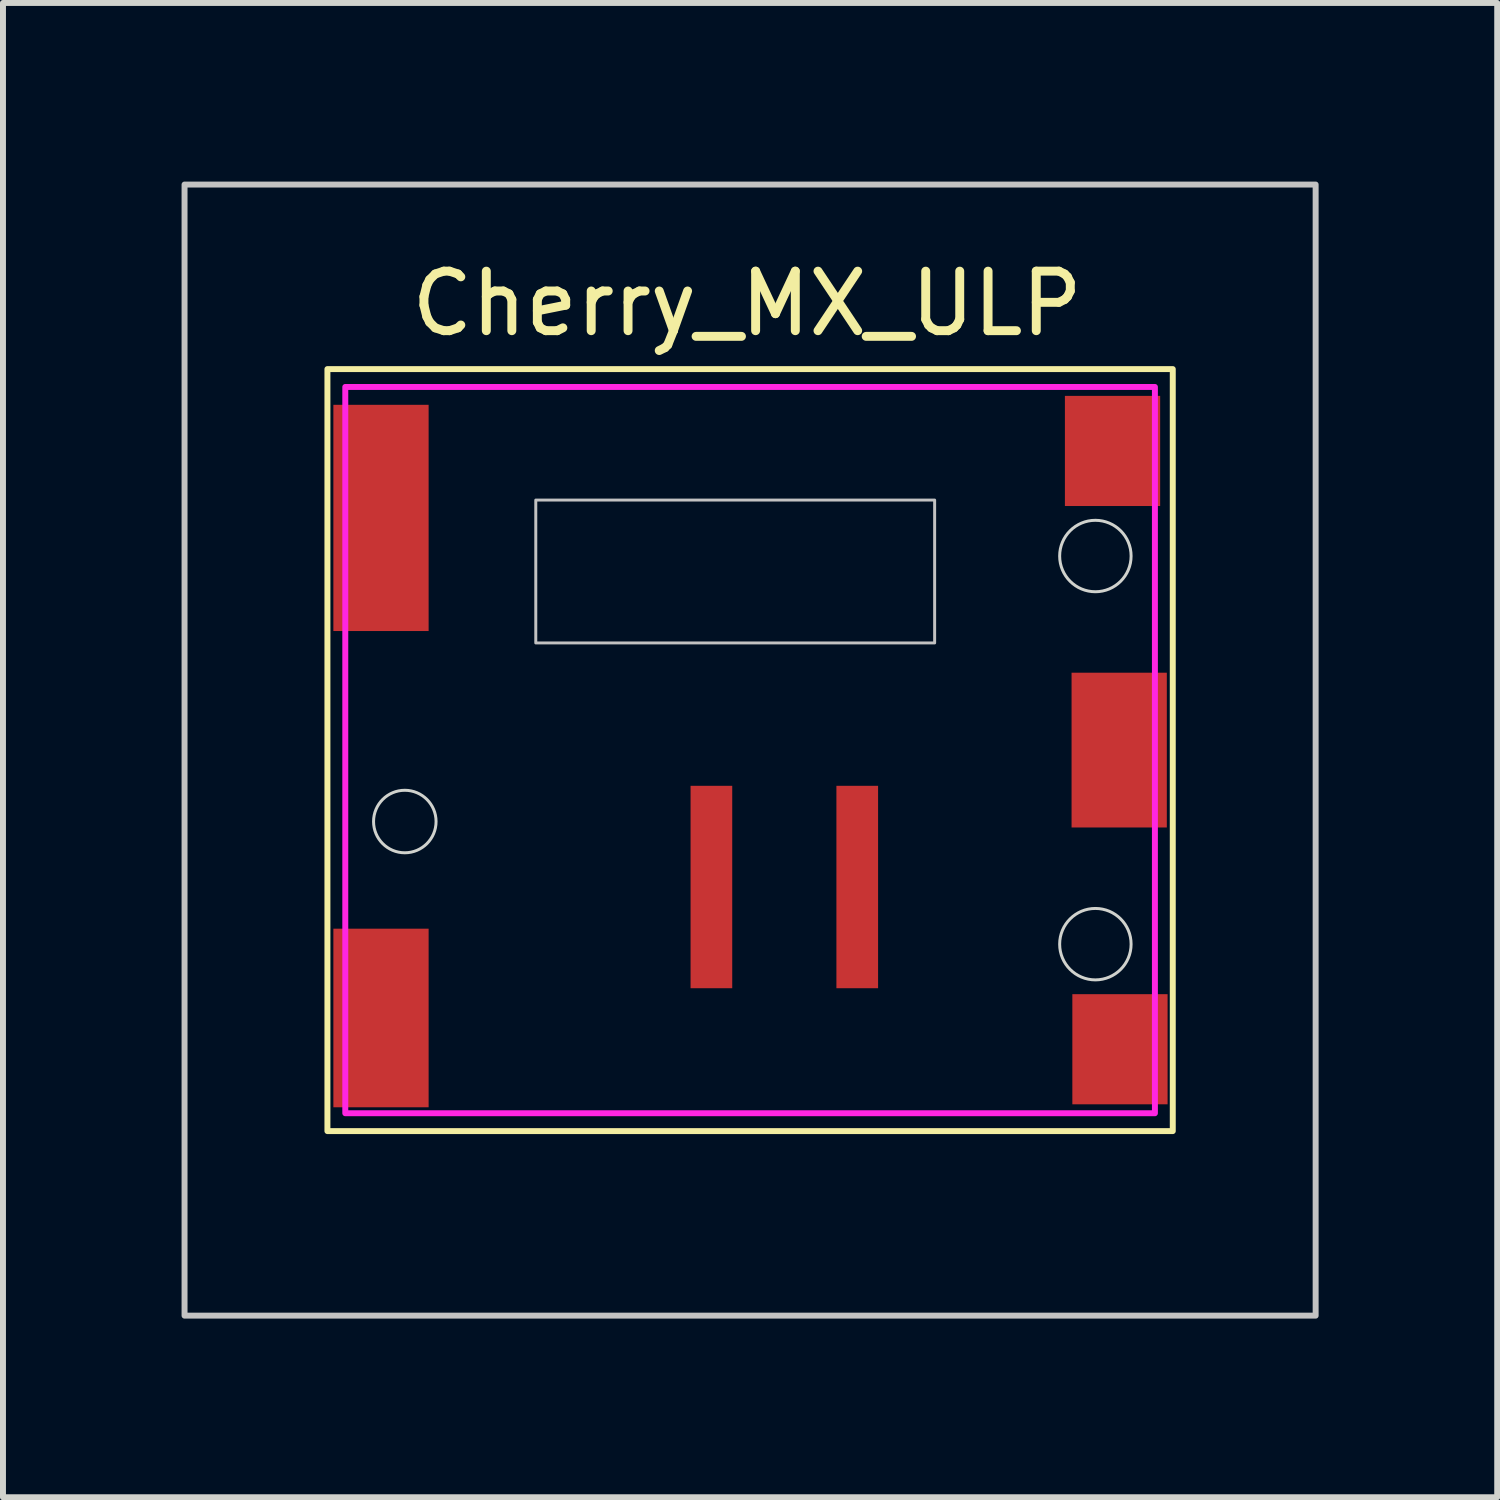
<source format=kicad_pcb>
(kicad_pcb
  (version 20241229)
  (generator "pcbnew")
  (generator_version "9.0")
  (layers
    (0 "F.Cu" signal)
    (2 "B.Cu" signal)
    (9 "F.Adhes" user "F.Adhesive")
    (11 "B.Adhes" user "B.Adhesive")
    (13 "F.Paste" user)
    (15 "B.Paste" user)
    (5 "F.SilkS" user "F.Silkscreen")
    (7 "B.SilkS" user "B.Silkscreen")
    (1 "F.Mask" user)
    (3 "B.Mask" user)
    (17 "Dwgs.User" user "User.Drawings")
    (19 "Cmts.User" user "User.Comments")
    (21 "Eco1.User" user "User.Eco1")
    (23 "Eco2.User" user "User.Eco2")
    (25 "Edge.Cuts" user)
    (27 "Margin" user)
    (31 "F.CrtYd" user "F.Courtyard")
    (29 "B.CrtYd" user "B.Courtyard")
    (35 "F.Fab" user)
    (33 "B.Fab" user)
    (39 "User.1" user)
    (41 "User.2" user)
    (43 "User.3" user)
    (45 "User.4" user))
  (footprint "Cherry_MX_ULP"
    (layer "F.Cu")
    (at 9.55 9.55)
    (property "Reference" "Cherry_MX_ULP" (at -0.05 -7.5 0) (unlocked yes) (layer "F.SilkS") (effects (font (size 1 1) (thickness 0.15))))
    (attr smd)
    (fp_rect (start -7.1 -6.4) (end 7.1 6.4) (stroke (width 0.1) (type solid)) (fill no) (layer "F.SilkS"))
    (fp_rect (start -9.5 -9.5) (end 9.5 9.5) (stroke (width 0.1) (type solid)) (fill no) (layer "Dwgs.User"))
    (fp_rect (start -3.6 -1.8) (end 3.1 -4.2) (stroke (width 0.05) (type solid)) (fill no) (layer "Dwgs.User"))
    (fp_rect (start -7.5 -7.5) (end 7.5 7.5) (stroke (width 0.12) (type solid)) (fill no) (layer "Eco1.User"))
    (fp_circle (center -5.8 1.2) (end -5.275 1.2) (stroke (width 0.05) (type solid)) (fill no) (layer "Edge.Cuts"))
    (fp_circle (center 5.8 -3.26) (end 6.4 -3.26) (stroke (width 0.05) (type solid)) (fill no) (layer "Edge.Cuts"))
    (fp_circle (center 5.8 3.26) (end 6.4 3.26) (stroke (width 0.05) (type solid)) (fill no) (layer "Edge.Cuts"))
    (fp_rect (start -6.8 -6.1) (end 6.8 6.1) (stroke (width 0.1) (type solid)) (fill no) (layer "F.CrtYd"))
    (fp_text user "Keycap" (at -5.9 -7 0) (unlocked yes) (layer "Eco1.User") (effects (font (size 0.5 0.5) (thickness 0.1))))
    (pad "0" smd rect (at -6.2 -3.9) (size 1.6 3.8) (layers "F.Cu" "F.Mask" "F.Paste"))
    (pad "0" smd rect (at -6.2 4.5) (size 1.6 3) (layers "F.Cu" "F.Mask" "F.Paste"))
    (pad "0" smd rect (at 6.088 -5.025) (size 1.6 1.85) (layers "F.Cu" "F.Mask" "F.Paste"))
    (pad "0" smd rect (at 6.2 0) (size 1.6 2.6) (layers "F.Cu" "F.Mask" "F.Paste"))
    (pad "0" smd rect (at 6.213 5.025) (size 1.6 1.85) (layers "F.Cu" "F.Mask" "F.Paste"))
    (pad "1" smd rect (at -0.65 2.3) (size 0.7 3.4) (layers "F.Cu" "F.Mask" "F.Paste"))
    (pad "2" smd rect (at 1.8 2.3) (size 0.7 3.4) (layers "F.Cu" "F.Mask" "F.Paste"))
    (zone (net_name "") (layer "Dwgs.User") (hatch edge 0.508) (connect_pads) (min_thickness 0.254) (filled_areas_thickness no) (keepout (tracks not_allowed) (vias not_allowed) (pads not_allowed) (copperpour not_allowed) (footprints allowed)) (placement (enabled no)) (fill) (polygon (pts (xy 8.35 13.75) (xy 4.55 13.75) (xy 4.55 11.75) (xy 8.35 11.75)))))
  (gr_rect
    (start -3 -3)
    (end 22.1 22.1)
    (stroke (width 0.1) (type default))
    (fill no)
    (layer "Edge.Cuts")))
</source>
